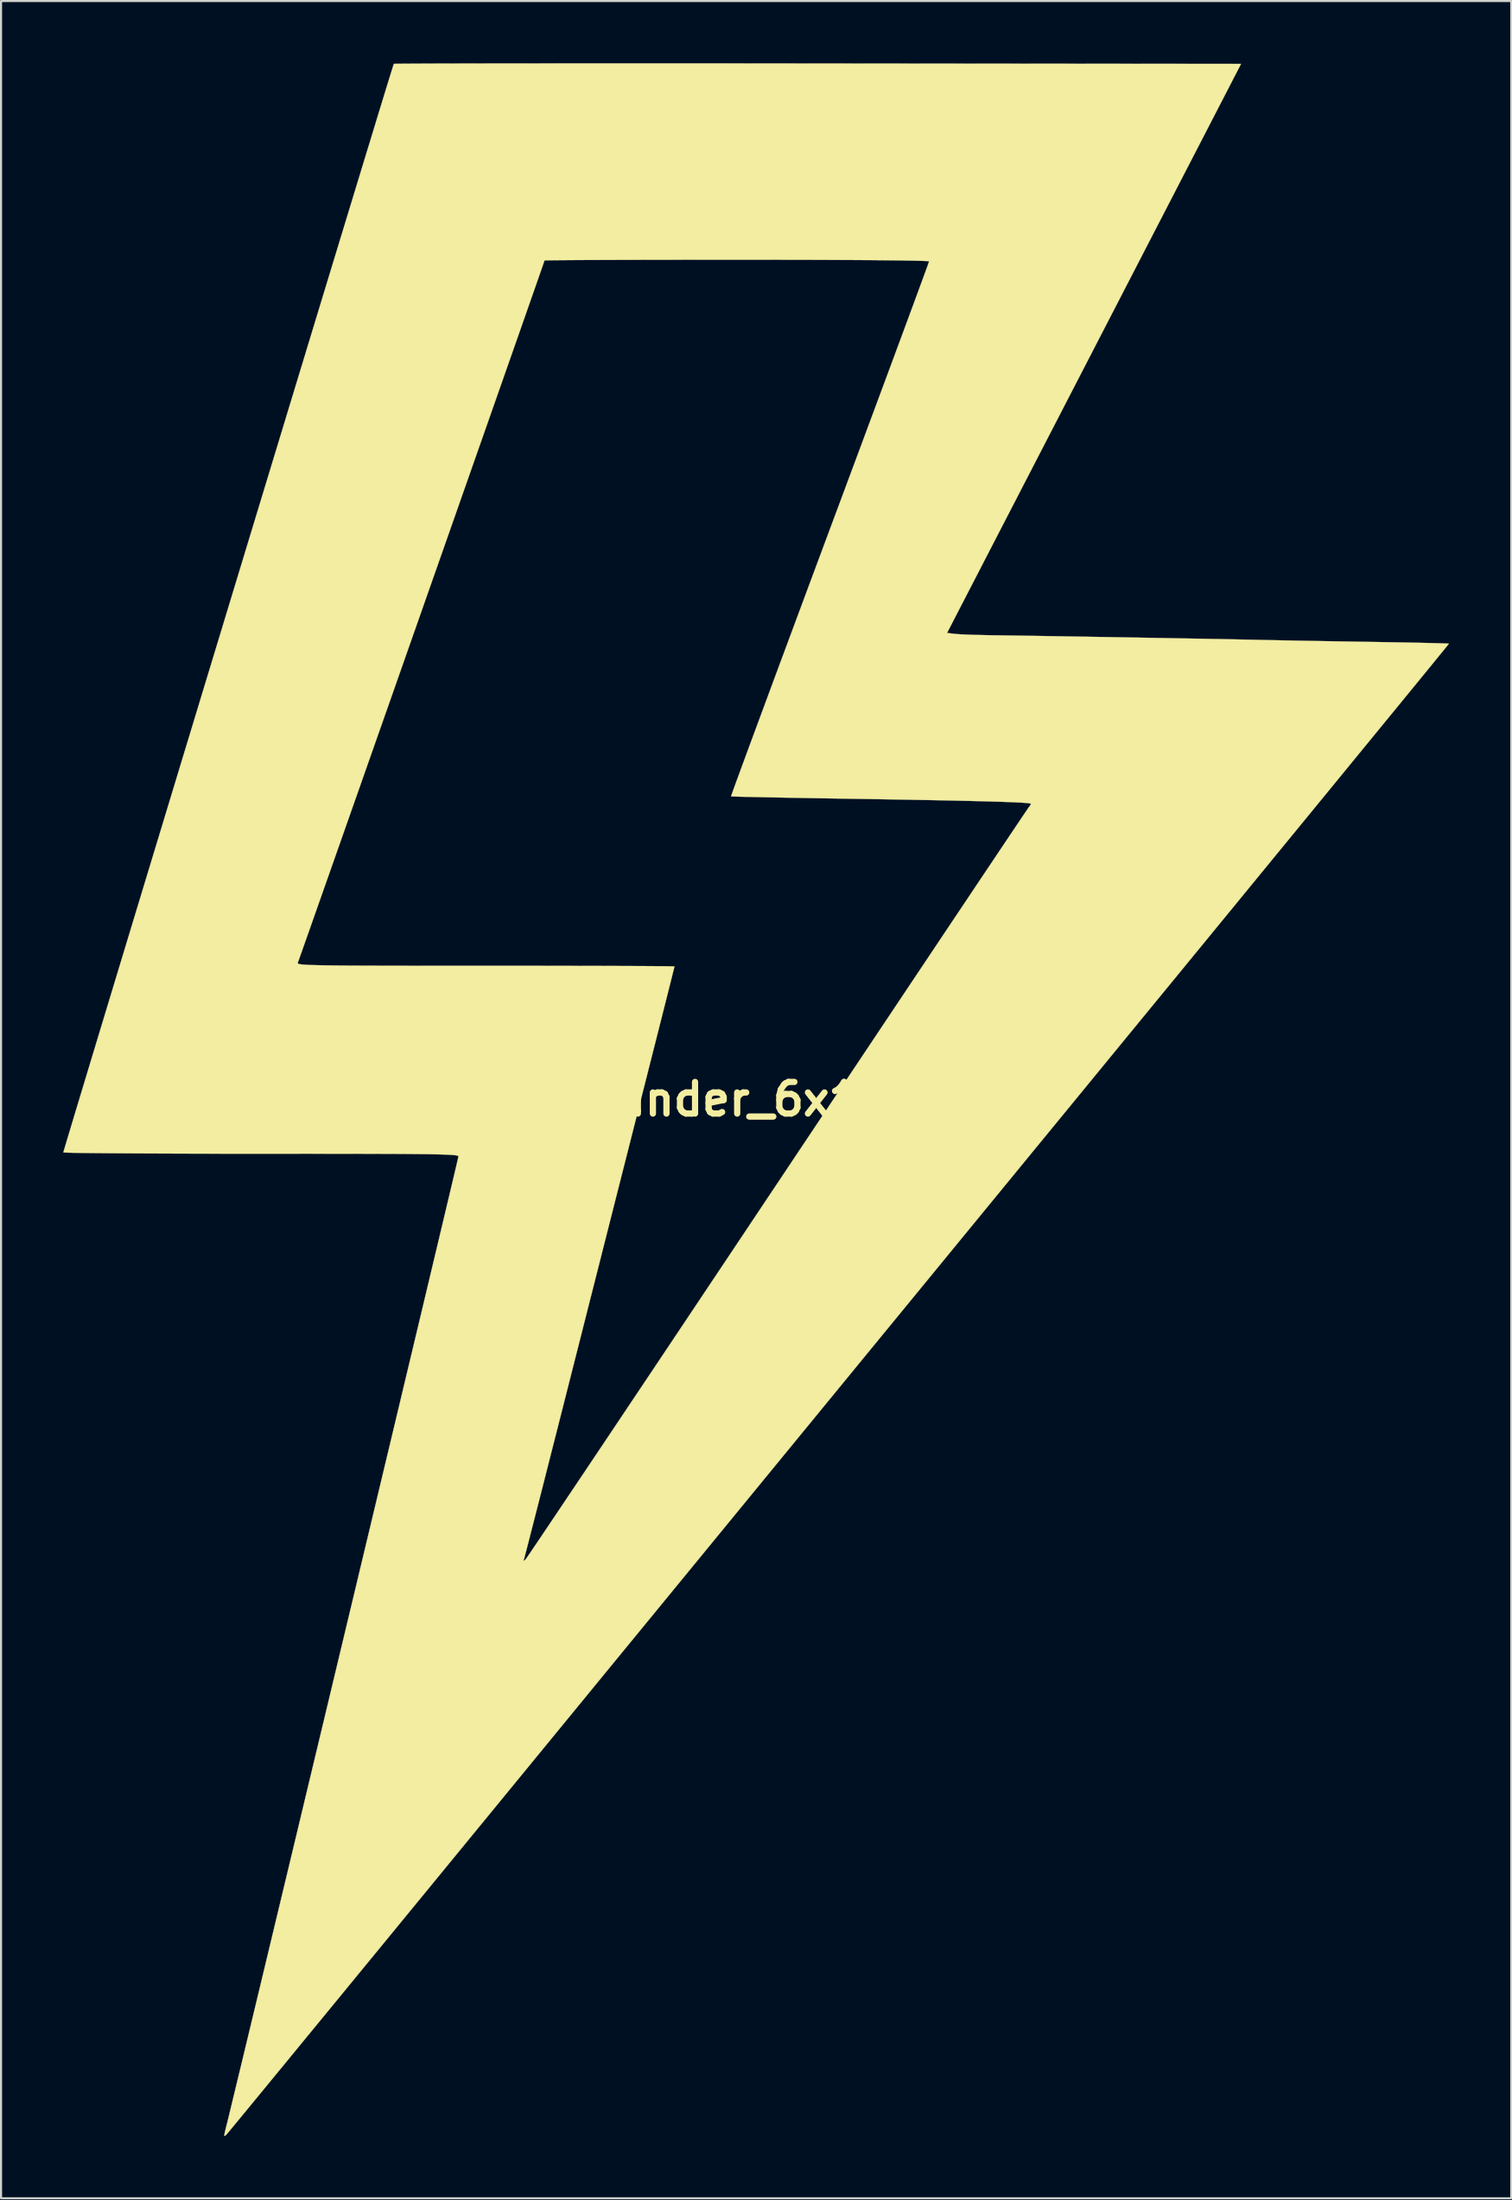
<source format=kicad_pcb>
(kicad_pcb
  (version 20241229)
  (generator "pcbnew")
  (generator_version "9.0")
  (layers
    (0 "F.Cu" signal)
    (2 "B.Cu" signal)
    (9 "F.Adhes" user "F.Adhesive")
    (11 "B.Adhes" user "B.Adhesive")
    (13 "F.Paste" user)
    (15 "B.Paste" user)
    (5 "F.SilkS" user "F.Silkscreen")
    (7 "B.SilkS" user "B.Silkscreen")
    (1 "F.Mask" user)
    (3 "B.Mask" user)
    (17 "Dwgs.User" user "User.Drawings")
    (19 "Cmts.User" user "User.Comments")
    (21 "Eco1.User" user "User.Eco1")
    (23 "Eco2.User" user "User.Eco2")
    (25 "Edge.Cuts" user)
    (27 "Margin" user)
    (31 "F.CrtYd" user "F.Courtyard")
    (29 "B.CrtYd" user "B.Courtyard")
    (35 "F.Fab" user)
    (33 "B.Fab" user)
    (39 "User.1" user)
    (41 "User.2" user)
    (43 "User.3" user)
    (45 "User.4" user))
  (footprint "thunder_6x10_F"
    (layer "F.Cu")
    (at 33.363 49.942)
    (property "Reference" "thunder_6x10_F" (at 0 0 0) (layer "F.SilkS") (effects (font (size 1.524 1.524) (thickness 0.3))))
    (attr through_hole)
    (fp_poly (pts (xy -4.127 -49.937) (xy -2.438 -49.937) (xy -0.689 -49.936) (xy 1.112 -49.934) (xy 2.957 -49.932) (xy 3.018 -49.932) (xy 23.42 -49.911) (xy 16.333 -36.195) (xy 9.246 -22.479) (xy 9.639 -22.432) (xy 9.86 -22.415) (xy 10.21 -22.399) (xy 10.65 -22.384) (xy 11.142 -22.373) (xy 11.43 -22.368) (xy 11.969 -22.361) (xy 12.65 -22.351) (xy 13.449 -22.338) (xy 14.345 -22.324) (xy 15.316 -22.308) (xy 16.339 -22.291) (xy 17.394 -22.273) (xy 18.457 -22.254) (xy 19.507 -22.236) (xy 20.522 -22.217) (xy 21.48 -22.2) (xy 22.359 -22.184) (xy 23.137 -22.169) (xy 23.791 -22.155) (xy 24.3 -22.145) (xy 24.342 -22.144) (xy 24.875 -22.132) (xy 25.544 -22.119) (xy 26.318 -22.104) (xy 27.163 -22.089) (xy 28.046 -22.074) (xy 28.936 -22.059) (xy 29.798 -22.045) (xy 29.866 -22.044) (xy 30.626 -22.031) (xy 31.331 -22.019) (xy 31.963 -22.006) (xy 32.505 -21.994) (xy 32.94 -21.983) (xy 33.25 -21.973) (xy 33.418 -21.965) (xy 33.443 -21.962) (xy 33.39 -21.895) (xy 33.234 -21.702) (xy 32.978 -21.389) (xy 32.628 -20.959) (xy 32.186 -20.418) (xy 31.657 -19.772) (xy 31.045 -19.024) (xy 30.355 -18.181) (xy 29.589 -17.246) (xy 28.753 -16.226) (xy 27.851 -15.124) (xy 26.886 -13.946) (xy 25.862 -12.697) (xy 24.784 -11.382) (xy 23.656 -10.006) (xy 22.482 -8.574) (xy 21.266 -7.09) (xy 20.012 -5.561) (xy 18.723 -3.99) (xy 17.405 -2.383) (xy 16.79 -1.633) (xy 15.283 0.205) (xy 13.714 2.117) (xy 12.095 4.091) (xy 10.434 6.116) (xy 8.741 8.181) (xy 7.025 10.273) (xy 5.296 12.38) (xy 3.564 14.493) (xy 1.838 16.598) (xy 0.127 18.684) (xy -1.558 20.739) (xy -3.209 22.752) (xy -4.816 24.712) (xy -6.37 26.606) (xy -7.86 28.423) (xy -9.277 30.152) (xy -10.612 31.78) (xy -11.856 33.297) (xy -12.6 34.205) (xy -13.764 35.625) (xy -14.9 37.01) (xy -16.004 38.356) (xy -17.072 39.658) (xy -18.097 40.908) (xy -19.077 42.101) (xy -20.005 43.233) (xy -20.878 44.296) (xy -21.69 45.284) (xy -22.436 46.194) (xy -23.113 47.017) (xy -23.715 47.75) (xy -24.237 48.385) (xy -24.676 48.918) (xy -25.025 49.342) (xy -25.281 49.651) (xy -25.438 49.841) (xy -25.491 49.904) (xy -25.565 49.975) (xy -25.597 49.972) (xy -25.588 49.869) (xy -25.535 49.641) (xy -25.483 49.438) (xy -25.434 49.238) (xy -25.348 48.887) (xy -25.228 48.392) (xy -25.076 47.763) (xy -24.893 47.007) (xy -24.682 46.132) (xy -24.445 45.146) (xy -24.183 44.057) (xy -23.898 42.873) (xy -23.593 41.602) (xy -23.269 40.252) (xy -22.928 38.831) (xy -22.572 37.347) (xy -22.203 35.808) (xy -21.823 34.223) (xy -21.434 32.598) (xy -21.037 30.943) (xy -20.635 29.265) (xy -20.23 27.572) (xy -19.823 25.872) (xy -19.416 24.173) (xy -19.012 22.483) (xy -18.612 20.811) (xy -18.218 19.164) (xy -17.832 17.55) (xy -17.456 15.977) (xy -17.092 14.453) (xy -16.742 12.987) (xy -16.407 11.586) (xy -16.09 10.258) (xy -15.793 9.011) (xy -15.517 7.853) (xy -15.264 6.793) (xy -15.037 5.838) (xy -14.837 4.997) (xy -14.666 4.276) (xy -14.526 3.685) (xy -14.419 3.232) (xy -14.347 2.923) (xy -14.312 2.768) (xy -14.309 2.751) (xy -14.324 2.731) (xy -14.374 2.714) (xy -14.469 2.698) (xy -14.618 2.684) (xy -14.829 2.672) (xy -15.111 2.662) (xy -15.473 2.653) (xy -15.925 2.646) (xy -16.474 2.64) (xy -17.13 2.635) (xy -17.903 2.632) (xy -18.799 2.629) (xy -19.83 2.627) (xy -21.003 2.626) (xy -22.327 2.625) (xy -23.812 2.625) (xy -23.834 2.625) (xy -25.088 2.624) (xy -26.295 2.623) (xy -27.442 2.62) (xy -28.52 2.616) (xy -29.517 2.612) (xy -30.423 2.607) (xy -31.228 2.601) (xy -31.92 2.595) (xy -32.488 2.588) (xy -32.924 2.58) (xy -33.214 2.572) (xy -33.349 2.564) (xy -33.358 2.561) (xy -33.334 2.474) (xy -33.263 2.233) (xy -33.147 1.844) (xy -32.988 1.316) (xy -32.789 0.655) (xy -32.552 -0.13) (xy -32.279 -1.034) (xy -31.973 -2.048) (xy -31.635 -3.165) (xy -31.268 -4.377) (xy -30.874 -5.678) (xy -30.607 -6.559) (xy -22.059 -6.559) (xy -22.042 -6.539) (xy -21.996 -6.52) (xy -21.911 -6.504) (xy -21.777 -6.49) (xy -21.587 -6.478) (xy -21.33 -6.468) (xy -20.996 -6.46) (xy -20.578 -6.453) (xy -20.065 -6.447) (xy -19.448 -6.443) (xy -18.717 -6.44) (xy -17.865 -6.438) (xy -16.88 -6.436) (xy -15.754 -6.435) (xy -14.478 -6.435) (xy -13.041 -6.435) (xy -13.005 -6.435) (xy -11.779 -6.434) (xy -10.601 -6.434) (xy -9.482 -6.432) (xy -8.434 -6.43) (xy -7.467 -6.428) (xy -6.593 -6.425) (xy -5.821 -6.422) (xy -5.164 -6.419) (xy -4.632 -6.415) (xy -4.236 -6.412) (xy -3.986 -6.407) (xy -3.895 -6.403) (xy -3.895 -6.403) (xy -3.915 -6.317) (xy -3.973 -6.082) (xy -4.066 -5.713) (xy -4.189 -5.223) (xy -4.339 -4.629) (xy -4.512 -3.943) (xy -4.704 -3.183) (xy -4.913 -2.361) (xy -5.074 -1.725) (xy -5.258 -0.998) (xy -5.48 -0.125) (xy -5.734 0.877) (xy -6.016 1.989) (xy -6.321 3.192) (xy -6.646 4.47) (xy -6.984 5.804) (xy -7.332 7.177) (xy -7.685 8.569) (xy -8.039 9.963) (xy -8.388 11.342) (xy -8.671 12.457) (xy -8.986 13.697) (xy -9.289 14.893) (xy -9.579 16.034) (xy -9.853 17.11) (xy -10.107 18.11) (xy -10.34 19.025) (xy -10.549 19.842) (xy -10.731 20.553) (xy -10.883 21.147) (xy -11.003 21.613) (xy -11.088 21.941) (xy -11.136 22.121) (xy -11.145 22.152) (xy -11.173 22.258) (xy -11.117 22.226) (xy -11.072 22.183) (xy -11.015 22.102) (xy -10.867 21.886) (xy -10.634 21.542) (xy -10.318 21.074) (xy -9.925 20.489) (xy -9.457 19.793) (xy -8.92 18.992) (xy -8.316 18.092) (xy -7.651 17.099) (xy -6.927 16.018) (xy -6.15 14.856) (xy -5.322 13.619) (xy -4.448 12.312) (xy -3.533 10.942) (xy -2.579 9.514) (xy -1.591 8.035) (xy -0.573 6.51) (xy 0.471 4.945) (xy 1.06 4.064) (xy 2.116 2.48) (xy 3.149 0.933) (xy 4.154 -0.573) (xy 5.127 -2.03) (xy 6.064 -3.433) (xy 6.961 -4.776) (xy 7.814 -6.053) (xy 8.619 -7.258) (xy 9.372 -8.384) (xy 10.07 -9.427) (xy 10.707 -10.38) (xy 11.281 -11.237) (xy 11.787 -11.993) (xy 12.221 -12.64) (xy 12.579 -13.174) (xy 12.857 -13.588) (xy 13.052 -13.876) (xy 13.158 -14.033) (xy 13.178 -14.061) (xy 13.272 -14.191) (xy 13.293 -14.243) (xy 13.24 -14.262) (xy 13.078 -14.282) (xy 12.8 -14.301) (xy 12.402 -14.32) (xy 11.878 -14.339) (xy 11.222 -14.359) (xy 10.429 -14.379) (xy 9.493 -14.4) (xy 8.407 -14.422) (xy 7.168 -14.444) (xy 5.769 -14.468) (xy 4.699 -14.485) (xy 3.721 -14.501) (xy 2.793 -14.516) (xy 1.93 -14.532) (xy 1.144 -14.546) (xy 0.451 -14.56) (xy -0.137 -14.572) (xy -0.605 -14.582) (xy -0.941 -14.591) (xy -1.13 -14.598) (xy -1.167 -14.601) (xy -1.141 -14.682) (xy -1.058 -14.913) (xy -0.923 -15.285) (xy -0.737 -15.792) (xy -0.505 -16.423) (xy -0.229 -17.172) (xy 0.088 -18.028) (xy 0.442 -18.985) (xy 0.83 -20.034) (xy 1.25 -21.166) (xy 1.699 -22.373) (xy 2.172 -23.646) (xy 2.667 -24.978) (xy 3.182 -26.36) (xy 3.595 -27.47) (xy 4.123 -28.885) (xy 4.634 -30.259) (xy 5.126 -31.58) (xy 5.595 -32.843) (xy 6.039 -34.037) (xy 6.454 -35.155) (xy 6.837 -36.188) (xy 7.185 -37.128) (xy 7.495 -37.966) (xy 7.764 -38.695) (xy 7.988 -39.304) (xy 8.165 -39.787) (xy 8.292 -40.135) (xy 8.364 -40.339) (xy 8.382 -40.392) (xy 8.298 -40.405) (xy 8.052 -40.416) (xy 7.651 -40.426) (xy 7.101 -40.436) (xy 6.408 -40.444) (xy 5.581 -40.452) (xy 4.626 -40.458) (xy 3.549 -40.463) (xy 2.358 -40.467) (xy 1.06 -40.469) (xy -0.34 -40.471) (xy -0.889 -40.471) (xy -2.127 -40.47) (xy -3.316 -40.469) (xy -4.445 -40.468) (xy -5.505 -40.466) (xy -6.484 -40.464) (xy -7.371 -40.461) (xy -8.155 -40.458) (xy -8.826 -40.454) (xy -9.372 -40.45) (xy -9.784 -40.446) (xy -10.049 -40.442) (xy -10.158 -40.437) (xy -10.16 -40.437) (xy -10.188 -40.355) (xy -10.268 -40.123) (xy -10.399 -39.749) (xy -10.576 -39.242) (xy -10.797 -38.611) (xy -11.058 -37.866) (xy -11.356 -37.014) (xy -11.689 -36.066) (xy -12.053 -35.029) (xy -12.444 -33.914) (xy -12.86 -32.729) (xy -13.298 -31.482) (xy -13.754 -30.184) (xy -14.225 -28.842) (xy -14.708 -27.467) (xy -15.2 -26.066) (xy -15.698 -24.649) (xy -16.198 -23.225) (xy -16.698 -21.803) (xy -17.194 -20.391) (xy -17.683 -18.999) (xy -18.163 -17.636) (xy -18.629 -16.311) (xy -19.078 -15.032) (xy -19.509 -13.809) (xy -19.916 -12.651) (xy -20.298 -11.566) (xy -20.651 -10.563) (xy -20.972 -9.652) (xy -21.257 -8.842) (xy -21.504 -8.141) (xy -21.71 -7.559) (xy -21.87 -7.104) (xy -21.983 -6.785) (xy -22.045 -6.612) (xy -22.056 -6.583) (xy -22.059 -6.559) (xy -30.607 -6.559) (xy -30.456 -7.059) (xy -30.015 -8.514) (xy -29.554 -10.035) (xy -29.075 -11.615) (xy -28.58 -13.247) (xy -28.072 -14.922) (xy -27.553 -16.634) (xy -27.024 -18.376) (xy -26.489 -20.139) (xy -25.949 -21.917) (xy -25.407 -23.703) (xy -24.865 -25.488) (xy -24.325 -27.266) (xy -23.79 -29.028) (xy -23.261 -30.769) (xy -22.741 -32.48) (xy -22.232 -34.155) (xy -21.737 -35.784) (xy -21.257 -37.363) (xy -20.795 -38.882) (xy -20.353 -40.335) (xy -19.933 -41.714) (xy -19.538 -43.012) (xy -19.169 -44.222) (xy -18.83 -45.335) (xy -18.521 -46.346) (xy -18.247 -47.246) (xy -18.008 -48.028) (xy -17.807 -48.685) (xy -17.646 -49.209) (xy -17.527 -49.593) (xy -17.453 -49.83) (xy -17.426 -49.912) (xy -17.339 -49.916) (xy -17.09 -49.919) (xy -16.686 -49.922) (xy -16.134 -49.925) (xy -15.443 -49.928) (xy -14.619 -49.93) (xy -13.669 -49.932) (xy -12.602 -49.934) (xy -11.424 -49.935) (xy -10.142 -49.936) (xy -8.764 -49.937) (xy -7.297 -49.937) (xy -5.749 -49.937) (xy -4.127 -49.937)) (stroke (width 0.01) (type solid)) (fill yes) (layer "F.SilkS")))
  (gr_rect
    (start -3 -3)
    (end 69.812 102.922)
    (stroke (width 0.1) (type default))
    (fill no)
    (layer "Edge.Cuts")))
</source>
